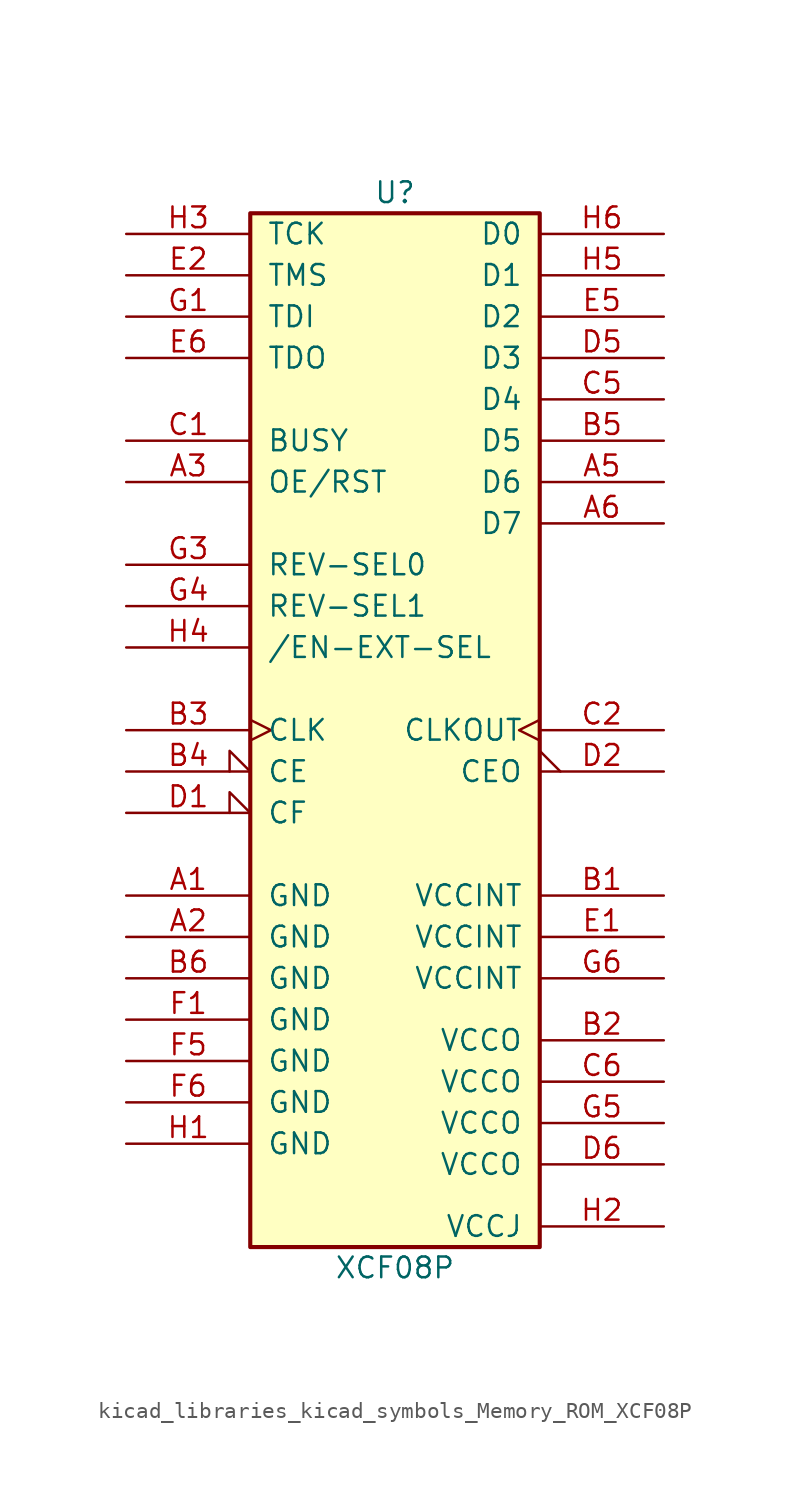
<source format=kicad_sym>
(kicad_symbol_lib
  (version 20220914)
  (generator kicad_symbol_editor)
  (symbol "kicad_libraries_kicad_symbols_Memory_ROM_XCF08P"
    (pin_names
      (offset 1.016))
    (property "Reference" "U"
      (at 0 33.02 0)
      (effects (font (size 1.27 1.27))))
    (property "Value" "XCF08P"
      (at 0 -33.02 0)
      (effects (font (size 1.27 1.27))))
    (symbol "kicad_libraries_kicad_symbols_Memory_ROM_XCF08P_0_1"
      (rectangle (start -8.89 31.75) (end 8.89 -31.75) (stroke (width 0.254) (type default)) (fill (type background))))
    (symbol "kicad_libraries_kicad_symbols_Memory_ROM_XCF08P_1_1"
      (pin power_in line (at -16.51 -10.16 0) (length 7.62) (name "GND" (effects (font (size 1.27 1.27)))) (number "A1" (effects (font (size 1.27 1.27)))))
      (pin power_in line (at -16.51 -12.7 0) (length 7.62) (name "GND" (effects (font (size 1.27 1.27)))) (number "A2" (effects (font (size 1.27 1.27)))))
      (pin input line (at -16.51 15.24 0) (length 7.62) (name "OE/RST" (effects (font (size 1.27 1.27)))) (number "A3" (effects (font (size 1.27 1.27)))))
      (pin tri_state line (at 16.51 15.24 180) (length 7.62) (name "D6" (effects (font (size 1.27 1.27)))) (number "A5" (effects (font (size 1.27 1.27)))))
      (pin tri_state line (at 16.51 12.7 180) (length 7.62) (name "D7" (effects (font (size 1.27 1.27)))) (number "A6" (effects (font (size 1.27 1.27)))))
      (pin power_in line (at 16.51 -10.16 180) (length 7.62) (name "VCCINT" (effects (font (size 1.27 1.27)))) (number "B1" (effects (font (size 1.27 1.27)))))
      (pin power_in line (at 16.51 -19.05 180) (length 7.62) (name "VCCO" (effects (font (size 1.27 1.27)))) (number "B2" (effects (font (size 1.27 1.27)))))
      (pin input clock (at -16.51 0 0) (length 7.62) (name "CLK" (effects (font (size 1.27 1.27)))) (number "B3" (effects (font (size 1.27 1.27)))))
      (pin input input_low (at -16.51 -2.54 0) (length 7.62) (name "CE" (effects (font (size 1.27 1.27)))) (number "B4" (effects (font (size 1.27 1.27)))))
      (pin tri_state line (at 16.51 17.78 180) (length 7.62) (name "D5" (effects (font (size 1.27 1.27)))) (number "B5" (effects (font (size 1.27 1.27)))))
      (pin power_in line (at -16.51 -15.24 0) (length 7.62) (name "GND" (effects (font (size 1.27 1.27)))) (number "B6" (effects (font (size 1.27 1.27)))))
      (pin input line (at -16.51 17.78 0) (length 7.62) (name "BUSY" (effects (font (size 1.27 1.27)))) (number "C1" (effects (font (size 1.27 1.27)))))
      (pin output clock (at 16.51 0 180) (length 7.62) (name "CLKOUT" (effects (font (size 1.27 1.27)))) (number "C2" (effects (font (size 1.27 1.27)))))
      (pin tri_state line (at 16.51 20.32 180) (length 7.62) (name "D4" (effects (font (size 1.27 1.27)))) (number "C5" (effects (font (size 1.27 1.27)))))
      (pin power_in line (at 16.51 -21.59 180) (length 7.62) (name "VCCO" (effects (font (size 1.27 1.27)))) (number "C6" (effects (font (size 1.27 1.27)))))
      (pin bidirectional input_low (at -16.51 -5.08 0) (length 7.62) (name "CF" (effects (font (size 1.27 1.27)))) (number "D1" (effects (font (size 1.27 1.27)))))
      (pin output output_low (at 16.51 -2.54 180) (length 7.62) (name "CEO" (effects (font (size 1.27 1.27)))) (number "D2" (effects (font (size 1.27 1.27)))))
      (pin tri_state line (at 16.51 22.86 180) (length 7.62) (name "D3" (effects (font (size 1.27 1.27)))) (number "D5" (effects (font (size 1.27 1.27)))))
      (pin power_in line (at 16.51 -26.67 180) (length 7.62) (name "VCCO" (effects (font (size 1.27 1.27)))) (number "D6" (effects (font (size 1.27 1.27)))))
      (pin power_in line (at 16.51 -12.7 180) (length 7.62) (name "VCCINT" (effects (font (size 1.27 1.27)))) (number "E1" (effects (font (size 1.27 1.27)))))
      (pin input line (at -16.51 27.94 0) (length 7.62) (name "TMS" (effects (font (size 1.27 1.27)))) (number "E2" (effects (font (size 1.27 1.27)))))
      (pin tri_state line (at 16.51 25.4 180) (length 7.62) (name "D2" (effects (font (size 1.27 1.27)))) (number "E5" (effects (font (size 1.27 1.27)))))
      (pin output line (at -16.51 22.86 0) (length 7.62) (name "TDO" (effects (font (size 1.27 1.27)))) (number "E6" (effects (font (size 1.27 1.27)))))
      (pin power_in line (at -16.51 -17.78 0) (length 7.62) (name "GND" (effects (font (size 1.27 1.27)))) (number "F1" (effects (font (size 1.27 1.27)))))
      (pin power_in line (at -16.51 -20.32 0) (length 7.62) (name "GND" (effects (font (size 1.27 1.27)))) (number "F5" (effects (font (size 1.27 1.27)))))
      (pin power_in line (at -16.51 -22.86 0) (length 7.62) (name "GND" (effects (font (size 1.27 1.27)))) (number "F6" (effects (font (size 1.27 1.27)))))
      (pin input line (at -16.51 25.4 0) (length 7.62) (name "TDI" (effects (font (size 1.27 1.27)))) (number "G1" (effects (font (size 1.27 1.27)))))
      (pin input line (at -16.51 10.16 0) (length 7.62) (name "REV-SEL0" (effects (font (size 1.27 1.27)))) (number "G3" (effects (font (size 1.27 1.27)))))
      (pin input line (at -16.51 7.62 0) (length 7.62) (name "REV-SEL1" (effects (font (size 1.27 1.27)))) (number "G4" (effects (font (size 1.27 1.27)))))
      (pin power_in line (at 16.51 -24.13 180) (length 7.62) (name "VCCO" (effects (font (size 1.27 1.27)))) (number "G5" (effects (font (size 1.27 1.27)))))
      (pin power_in line (at 16.51 -15.24 180) (length 7.62) (name "VCCINT" (effects (font (size 1.27 1.27)))) (number "G6" (effects (font (size 1.27 1.27)))))
      (pin power_in line (at -16.51 -25.4 0) (length 7.62) (name "GND" (effects (font (size 1.27 1.27)))) (number "H1" (effects (font (size 1.27 1.27)))))
      (pin power_in line (at 16.51 -30.48 180) (length 7.62) (name "VCCJ" (effects (font (size 1.27 1.27)))) (number "H2" (effects (font (size 1.27 1.27)))))
      (pin input line (at -16.51 30.48 0) (length 7.62) (name "TCK" (effects (font (size 1.27 1.27)))) (number "H3" (effects (font (size 1.27 1.27)))))
      (pin input line (at -16.51 5.08 0) (length 7.62) (name "/EN-EXT-SEL" (effects (font (size 1.27 1.27)))) (number "H4" (effects (font (size 1.27 1.27)))))
      (pin tri_state line (at 16.51 27.94 180) (length 7.62) (name "D1" (effects (font (size 1.27 1.27)))) (number "H5" (effects (font (size 1.27 1.27)))))
      (pin tri_state line (at 16.51 30.48 180) (length 7.62) (name "D0" (effects (font (size 1.27 1.27)))) (number "H6" (effects (font (size 1.27 1.27))))))))
</source>
